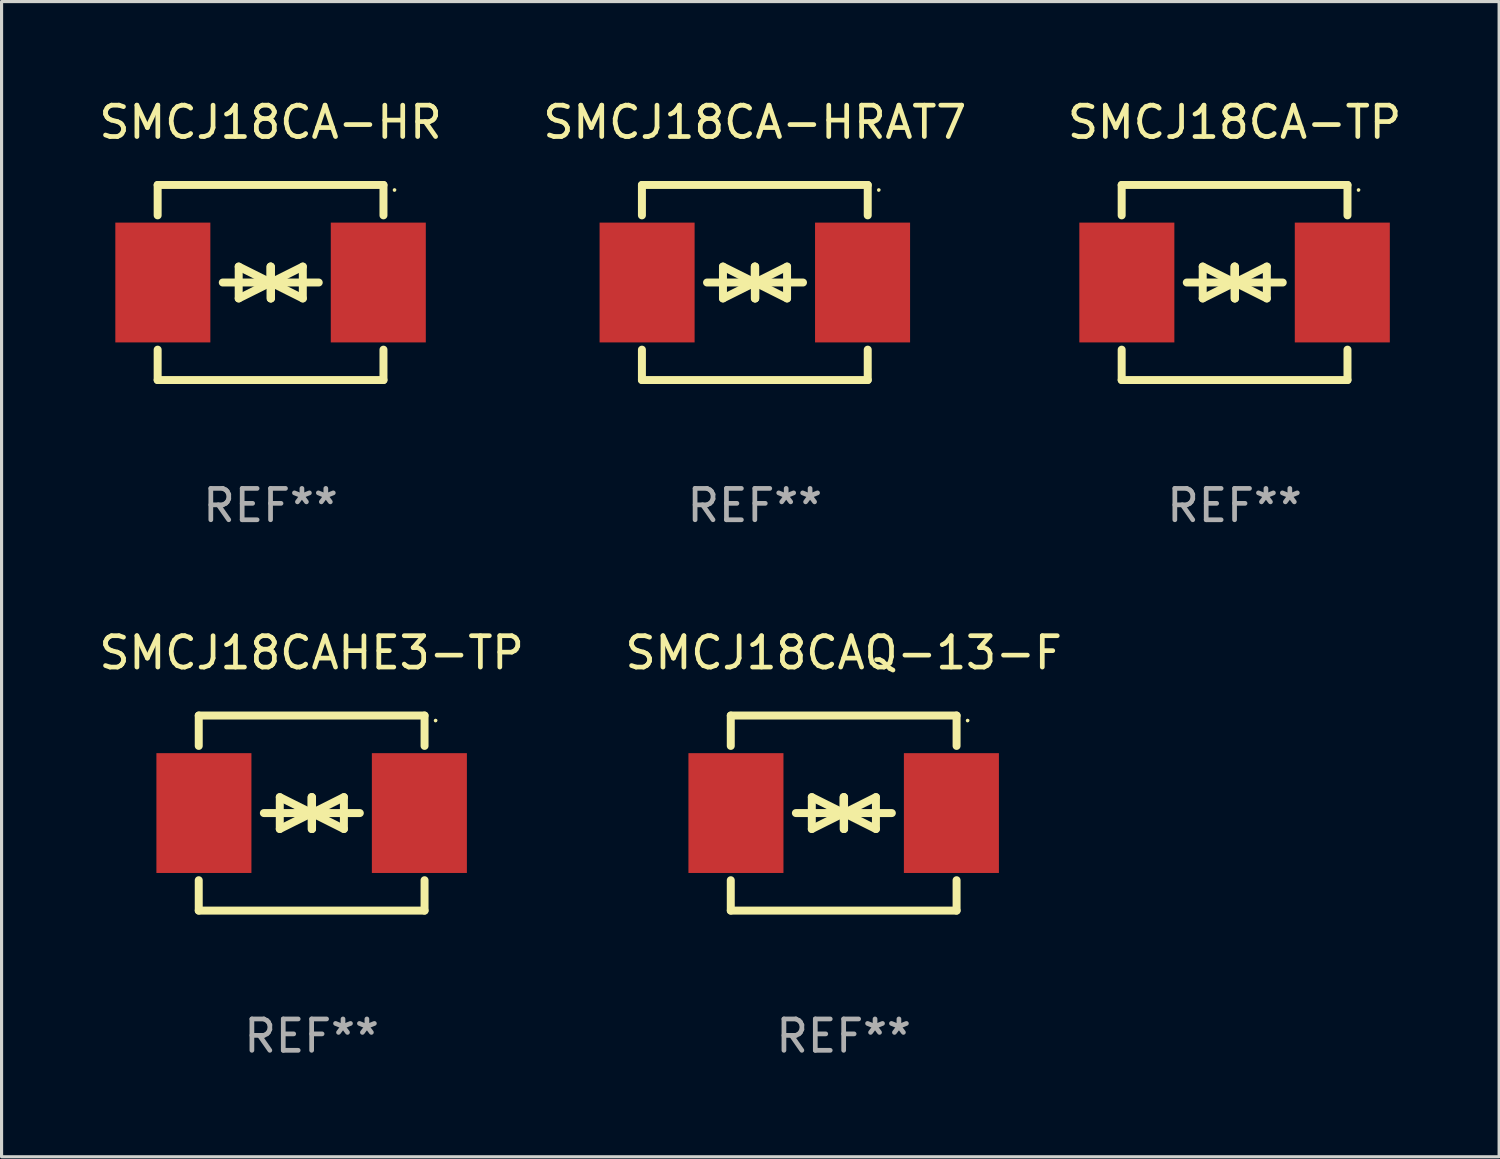
<source format=kicad_pcb>
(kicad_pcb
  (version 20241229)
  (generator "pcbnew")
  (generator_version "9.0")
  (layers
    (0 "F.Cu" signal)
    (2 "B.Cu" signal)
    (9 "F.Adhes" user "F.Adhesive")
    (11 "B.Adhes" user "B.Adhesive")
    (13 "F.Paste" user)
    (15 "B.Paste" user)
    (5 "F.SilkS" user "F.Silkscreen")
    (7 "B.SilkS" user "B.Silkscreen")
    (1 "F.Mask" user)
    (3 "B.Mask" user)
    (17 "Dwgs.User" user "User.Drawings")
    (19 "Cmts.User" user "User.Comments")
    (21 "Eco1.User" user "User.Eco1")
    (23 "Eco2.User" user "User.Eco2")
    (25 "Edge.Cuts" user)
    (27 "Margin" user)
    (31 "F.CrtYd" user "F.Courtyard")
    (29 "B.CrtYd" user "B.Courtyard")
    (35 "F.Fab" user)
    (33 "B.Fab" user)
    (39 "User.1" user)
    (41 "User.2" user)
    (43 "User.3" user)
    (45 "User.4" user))
  (footprint "SMCJ18CA-HRAT7"
    (layer "F.Cu")
    (at 21.018 5.958)
    (property "Reference" "SMCJ18CA-HRAT7" (at 0 -5.11 0) (layer "F.SilkS") (effects (font (size 1 1) (thickness 0.15))))
    (attr through_hole)
    (fp_line (start -3.6 -2.141) (end -3.6 -3.11) (stroke (width 0.254) (type solid)) (layer "F.SilkS"))
    (fp_line (start -3.6 3.11) (end -3.6 2.141) (stroke (width 0.254) (type solid)) (layer "F.SilkS"))
    (fp_line (start -1.524 0) (end 0.508 0) (stroke (width 0.254) (type solid)) (layer "F.SilkS"))
    (fp_line (start -1.016 -0.508) (end -1.016 0.508) (stroke (width 0.254) (type solid)) (layer "F.SilkS"))
    (fp_line (start -1.016 0.508) (end 0 0) (stroke (width 0.254) (type solid)) (layer "F.SilkS"))
    (fp_line (start 0 -0.508) (end 0 0.508) (stroke (width 0.254) (type solid)) (layer "F.SilkS"))
    (fp_line (start 0 0) (end -1.016 -0.508) (stroke (width 0.254) (type solid)) (layer "F.SilkS"))
    (fp_line (start 0 0) (end 0 -0.508) (stroke (width 0.254) (type solid)) (layer "F.SilkS"))
    (fp_line (start 0.012 0) (end 0.012 0.508) (stroke (width 0.254) (type solid)) (layer "F.SilkS"))
    (fp_line (start 0.012 0) (end 1.028 0.508) (stroke (width 0.254) (type solid)) (layer "F.SilkS"))
    (fp_line (start 0.012 0.508) (end 0.012 -0.508) (stroke (width 0.254) (type solid)) (layer "F.SilkS"))
    (fp_line (start 1.028 -0.508) (end 0.012 0) (stroke (width 0.254) (type solid)) (layer "F.SilkS"))
    (fp_line (start 1.028 0.508) (end 1.028 -0.508) (stroke (width 0.254) (type solid)) (layer "F.SilkS"))
    (fp_line (start 1.536 0) (end -0.496 0) (stroke (width 0.254) (type solid)) (layer "F.SilkS"))
    (fp_line (start 3.6 -3.11) (end -3.6 -3.11) (stroke (width 0.254) (type solid)) (layer "F.SilkS"))
    (fp_line (start 3.6 -2.141) (end 3.6 -3.11) (stroke (width 0.254) (type solid)) (layer "F.SilkS"))
    (fp_line (start 3.6 3.11) (end -3.6 3.11) (stroke (width 0.254) (type solid)) (layer "F.SilkS"))
    (fp_line (start 3.6 3.11) (end 3.6 2.141) (stroke (width 0.254) (type solid)) (layer "F.SilkS"))
    (fp_circle (center 3.952 -2.95) (end 3.982 -2.95) (stroke (width 0.06) (type solid)) (fill no) (layer "F.SilkS"))
    (fp_text user "REF**" (at 0 7.11 0) (layer "F.Fab") (effects (font (size 1 1) (thickness 0.15))))
    (pad "1" smd rect (at 3.435 0) (size 3.03 3.82) (layers "F.Cu" "F.Mask" "F.Paste"))
    (pad "2" smd rect (at -3.435 0) (size 3.03 3.82) (layers "F.Cu" "F.Mask" "F.Paste")))
  (footprint "SMCJ18CA-TP"
    (layer "F.Cu")
    (at 36.315 5.958)
    (property "Reference" "SMCJ18CA-TP" (at 0 -5.11 0) (layer "F.SilkS") (effects (font (size 1 1) (thickness 0.15))))
    (attr through_hole)
    (fp_line (start -3.6 -2.141) (end -3.6 -3.11) (stroke (width 0.254) (type solid)) (layer "F.SilkS"))
    (fp_line (start -3.6 3.11) (end -3.6 2.141) (stroke (width 0.254) (type solid)) (layer "F.SilkS"))
    (fp_line (start -1.524 0) (end 0.508 0) (stroke (width 0.254) (type solid)) (layer "F.SilkS"))
    (fp_line (start -1.016 -0.508) (end -1.016 0.508) (stroke (width 0.254) (type solid)) (layer "F.SilkS"))
    (fp_line (start -1.016 0.508) (end 0 0) (stroke (width 0.254) (type solid)) (layer "F.SilkS"))
    (fp_line (start 0 -0.508) (end 0 0.508) (stroke (width 0.254) (type solid)) (layer "F.SilkS"))
    (fp_line (start 0 0) (end -1.016 -0.508) (stroke (width 0.254) (type solid)) (layer "F.SilkS"))
    (fp_line (start 0 0) (end 0 -0.508) (stroke (width 0.254) (type solid)) (layer "F.SilkS"))
    (fp_line (start 0.012 0) (end 0.012 0.508) (stroke (width 0.254) (type solid)) (layer "F.SilkS"))
    (fp_line (start 0.012 0) (end 1.028 0.508) (stroke (width 0.254) (type solid)) (layer "F.SilkS"))
    (fp_line (start 0.012 0.508) (end 0.012 -0.508) (stroke (width 0.254) (type solid)) (layer "F.SilkS"))
    (fp_line (start 1.028 -0.508) (end 0.012 0) (stroke (width 0.254) (type solid)) (layer "F.SilkS"))
    (fp_line (start 1.028 0.508) (end 1.028 -0.508) (stroke (width 0.254) (type solid)) (layer "F.SilkS"))
    (fp_line (start 1.536 0) (end -0.496 0) (stroke (width 0.254) (type solid)) (layer "F.SilkS"))
    (fp_line (start 3.6 -3.11) (end -3.6 -3.11) (stroke (width 0.254) (type solid)) (layer "F.SilkS"))
    (fp_line (start 3.6 -2.141) (end 3.6 -3.11) (stroke (width 0.254) (type solid)) (layer "F.SilkS"))
    (fp_line (start 3.6 3.11) (end -3.6 3.11) (stroke (width 0.254) (type solid)) (layer "F.SilkS"))
    (fp_line (start 3.6 3.11) (end 3.6 2.141) (stroke (width 0.254) (type solid)) (layer "F.SilkS"))
    (fp_circle (center 3.952 -2.95) (end 3.982 -2.95) (stroke (width 0.06) (type solid)) (fill no) (layer "F.SilkS"))
    (fp_text user "REF**" (at 0 7.11 0) (layer "F.Fab") (effects (font (size 1 1) (thickness 0.15))))
    (pad "1" smd rect (at 3.435 0) (size 3.03 3.82) (layers "F.Cu" "F.Mask" "F.Paste"))
    (pad "2" smd rect (at -3.435 0) (size 3.03 3.82) (layers "F.Cu" "F.Mask" "F.Paste")))
  (footprint "SMCJ18CAQ-13-F"
    (layer "F.Cu")
    (at 23.851 22.875)
    (property "Reference" "SMCJ18CAQ-13-F" (at 0 -5.11 0) (layer "F.SilkS") (effects (font (size 1 1) (thickness 0.15))))
    (attr through_hole)
    (fp_line (start -3.6 -2.141) (end -3.6 -3.11) (stroke (width 0.254) (type solid)) (layer "F.SilkS"))
    (fp_line (start -3.6 3.11) (end -3.6 2.141) (stroke (width 0.254) (type solid)) (layer "F.SilkS"))
    (fp_line (start -1.524 0) (end 0.508 0) (stroke (width 0.254) (type solid)) (layer "F.SilkS"))
    (fp_line (start -1.016 -0.508) (end -1.016 0.508) (stroke (width 0.254) (type solid)) (layer "F.SilkS"))
    (fp_line (start -1.016 0.508) (end 0 0) (stroke (width 0.254) (type solid)) (layer "F.SilkS"))
    (fp_line (start 0 -0.508) (end 0 0.508) (stroke (width 0.254) (type solid)) (layer "F.SilkS"))
    (fp_line (start 0 0) (end -1.016 -0.508) (stroke (width 0.254) (type solid)) (layer "F.SilkS"))
    (fp_line (start 0 0) (end 0 -0.508) (stroke (width 0.254) (type solid)) (layer "F.SilkS"))
    (fp_line (start 0.012 0) (end 0.012 0.508) (stroke (width 0.254) (type solid)) (layer "F.SilkS"))
    (fp_line (start 0.012 0) (end 1.028 0.508) (stroke (width 0.254) (type solid)) (layer "F.SilkS"))
    (fp_line (start 0.012 0.508) (end 0.012 -0.508) (stroke (width 0.254) (type solid)) (layer "F.SilkS"))
    (fp_line (start 1.028 -0.508) (end 0.012 0) (stroke (width 0.254) (type solid)) (layer "F.SilkS"))
    (fp_line (start 1.028 0.508) (end 1.028 -0.508) (stroke (width 0.254) (type solid)) (layer "F.SilkS"))
    (fp_line (start 1.536 0) (end -0.496 0) (stroke (width 0.254) (type solid)) (layer "F.SilkS"))
    (fp_line (start 3.6 -3.11) (end -3.6 -3.11) (stroke (width 0.254) (type solid)) (layer "F.SilkS"))
    (fp_line (start 3.6 -2.141) (end 3.6 -3.11) (stroke (width 0.254) (type solid)) (layer "F.SilkS"))
    (fp_line (start 3.6 3.11) (end -3.6 3.11) (stroke (width 0.254) (type solid)) (layer "F.SilkS"))
    (fp_line (start 3.6 3.11) (end 3.6 2.141) (stroke (width 0.254) (type solid)) (layer "F.SilkS"))
    (fp_circle (center 3.952 -2.95) (end 3.982 -2.95) (stroke (width 0.06) (type solid)) (fill no) (layer "F.SilkS"))
    (fp_text user "REF**" (at 0 7.11 0) (layer "F.Fab") (effects (font (size 1 1) (thickness 0.15))))
    (pad "1" smd rect (at 3.435 0) (size 3.03 3.82) (layers "F.Cu" "F.Mask" "F.Paste"))
    (pad "2" smd rect (at -3.435 0) (size 3.03 3.82) (layers "F.Cu" "F.Mask" "F.Paste")))
  (footprint "SMCJ18CA-HR"
    (layer "F.Cu")
    (at 5.577 5.958)
    (property "Reference" "SMCJ18CA-HR" (at 0 -5.11 0) (layer "F.SilkS") (effects (font (size 1 1) (thickness 0.15))))
    (attr through_hole)
    (fp_line (start -3.6 -2.141) (end -3.6 -3.11) (stroke (width 0.254) (type solid)) (layer "F.SilkS"))
    (fp_line (start -3.6 3.11) (end -3.6 2.141) (stroke (width 0.254) (type solid)) (layer "F.SilkS"))
    (fp_line (start -1.524 0) (end 0.508 0) (stroke (width 0.254) (type solid)) (layer "F.SilkS"))
    (fp_line (start -1.016 -0.508) (end -1.016 0.508) (stroke (width 0.254) (type solid)) (layer "F.SilkS"))
    (fp_line (start -1.016 0.508) (end 0 0) (stroke (width 0.254) (type solid)) (layer "F.SilkS"))
    (fp_line (start 0 -0.508) (end 0 0.508) (stroke (width 0.254) (type solid)) (layer "F.SilkS"))
    (fp_line (start 0 0) (end -1.016 -0.508) (stroke (width 0.254) (type solid)) (layer "F.SilkS"))
    (fp_line (start 0 0) (end 0 -0.508) (stroke (width 0.254) (type solid)) (layer "F.SilkS"))
    (fp_line (start 0.012 0) (end 0.012 0.508) (stroke (width 0.254) (type solid)) (layer "F.SilkS"))
    (fp_line (start 0.012 0) (end 1.028 0.508) (stroke (width 0.254) (type solid)) (layer "F.SilkS"))
    (fp_line (start 0.012 0.508) (end 0.012 -0.508) (stroke (width 0.254) (type solid)) (layer "F.SilkS"))
    (fp_line (start 1.028 -0.508) (end 0.012 0) (stroke (width 0.254) (type solid)) (layer "F.SilkS"))
    (fp_line (start 1.028 0.508) (end 1.028 -0.508) (stroke (width 0.254) (type solid)) (layer "F.SilkS"))
    (fp_line (start 1.536 0) (end -0.496 0) (stroke (width 0.254) (type solid)) (layer "F.SilkS"))
    (fp_line (start 3.6 -3.11) (end -3.6 -3.11) (stroke (width 0.254) (type solid)) (layer "F.SilkS"))
    (fp_line (start 3.6 -2.141) (end 3.6 -3.11) (stroke (width 0.254) (type solid)) (layer "F.SilkS"))
    (fp_line (start 3.6 3.11) (end -3.6 3.11) (stroke (width 0.254) (type solid)) (layer "F.SilkS"))
    (fp_line (start 3.6 3.11) (end 3.6 2.141) (stroke (width 0.254) (type solid)) (layer "F.SilkS"))
    (fp_circle (center 3.952 -2.95) (end 3.982 -2.95) (stroke (width 0.06) (type solid)) (fill no) (layer "F.SilkS"))
    (fp_text user "REF**" (at 0 7.11 0) (layer "F.Fab") (effects (font (size 1 1) (thickness 0.15))))
    (pad "1" smd rect (at 3.435 0) (size 3.03 3.82) (layers "F.Cu" "F.Mask" "F.Paste"))
    (pad "2" smd rect (at -3.435 0) (size 3.03 3.82) (layers "F.Cu" "F.Mask" "F.Paste")))
  (footprint "SMCJ18CAHE3-TP"
    (layer "F.Cu")
    (at 6.887 22.875)
    (property "Reference" "SMCJ18CAHE3-TP" (at 0 -5.11 0) (layer "F.SilkS") (effects (font (size 1 1) (thickness 0.15))))
    (attr through_hole)
    (fp_line (start -3.6 -2.141) (end -3.6 -3.11) (stroke (width 0.254) (type solid)) (layer "F.SilkS"))
    (fp_line (start -3.6 3.11) (end -3.6 2.141) (stroke (width 0.254) (type solid)) (layer "F.SilkS"))
    (fp_line (start -1.524 0) (end 0.508 0) (stroke (width 0.254) (type solid)) (layer "F.SilkS"))
    (fp_line (start -1.016 -0.508) (end -1.016 0.508) (stroke (width 0.254) (type solid)) (layer "F.SilkS"))
    (fp_line (start -1.016 0.508) (end 0 0) (stroke (width 0.254) (type solid)) (layer "F.SilkS"))
    (fp_line (start 0 -0.508) (end 0 0.508) (stroke (width 0.254) (type solid)) (layer "F.SilkS"))
    (fp_line (start 0 0) (end -1.016 -0.508) (stroke (width 0.254) (type solid)) (layer "F.SilkS"))
    (fp_line (start 0 0) (end 0 -0.508) (stroke (width 0.254) (type solid)) (layer "F.SilkS"))
    (fp_line (start 0.012 0) (end 0.012 0.508) (stroke (width 0.254) (type solid)) (layer "F.SilkS"))
    (fp_line (start 0.012 0) (end 1.028 0.508) (stroke (width 0.254) (type solid)) (layer "F.SilkS"))
    (fp_line (start 0.012 0.508) (end 0.012 -0.508) (stroke (width 0.254) (type solid)) (layer "F.SilkS"))
    (fp_line (start 1.028 -0.508) (end 0.012 0) (stroke (width 0.254) (type solid)) (layer "F.SilkS"))
    (fp_line (start 1.028 0.508) (end 1.028 -0.508) (stroke (width 0.254) (type solid)) (layer "F.SilkS"))
    (fp_line (start 1.536 0) (end -0.496 0) (stroke (width 0.254) (type solid)) (layer "F.SilkS"))
    (fp_line (start 3.6 -3.11) (end -3.6 -3.11) (stroke (width 0.254) (type solid)) (layer "F.SilkS"))
    (fp_line (start 3.6 -2.141) (end 3.6 -3.11) (stroke (width 0.254) (type solid)) (layer "F.SilkS"))
    (fp_line (start 3.6 3.11) (end -3.6 3.11) (stroke (width 0.254) (type solid)) (layer "F.SilkS"))
    (fp_line (start 3.6 3.11) (end 3.6 2.141) (stroke (width 0.254) (type solid)) (layer "F.SilkS"))
    (fp_circle (center 3.952 -2.95) (end 3.982 -2.95) (stroke (width 0.06) (type solid)) (fill no) (layer "F.SilkS"))
    (fp_text user "REF**" (at 0 7.11 0) (layer "F.Fab") (effects (font (size 1 1) (thickness 0.15))))
    (pad "1" smd rect (at 3.435 0) (size 3.03 3.82) (layers "F.Cu" "F.Mask" "F.Paste"))
    (pad "2" smd rect (at -3.435 0) (size 3.03 3.82) (layers "F.Cu" "F.Mask" "F.Paste")))
  (gr_rect
    (start -3 -3)
    (end 44.75 33.833)
    (stroke (width 0.1) (type default))
    (fill no)
    (layer "Edge.Cuts")))
</source>
